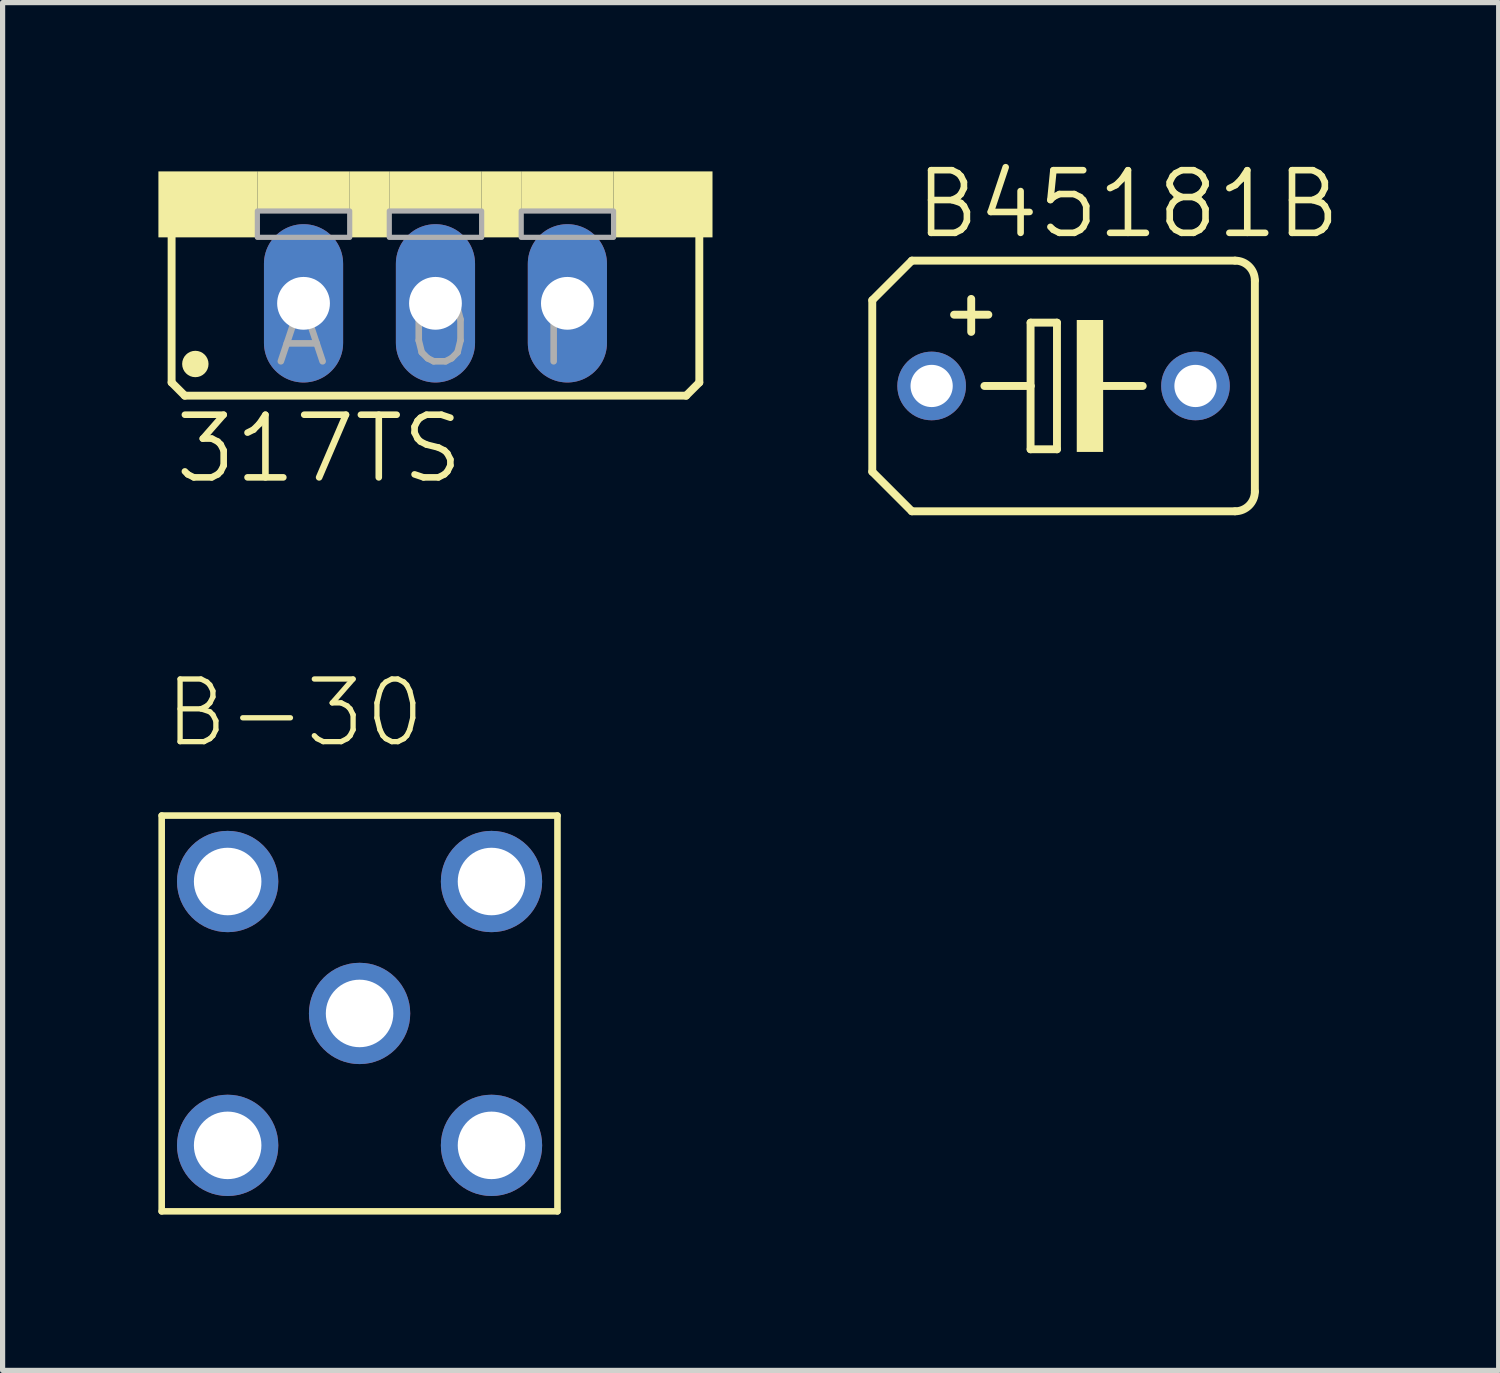
<source format=kicad_pcb>
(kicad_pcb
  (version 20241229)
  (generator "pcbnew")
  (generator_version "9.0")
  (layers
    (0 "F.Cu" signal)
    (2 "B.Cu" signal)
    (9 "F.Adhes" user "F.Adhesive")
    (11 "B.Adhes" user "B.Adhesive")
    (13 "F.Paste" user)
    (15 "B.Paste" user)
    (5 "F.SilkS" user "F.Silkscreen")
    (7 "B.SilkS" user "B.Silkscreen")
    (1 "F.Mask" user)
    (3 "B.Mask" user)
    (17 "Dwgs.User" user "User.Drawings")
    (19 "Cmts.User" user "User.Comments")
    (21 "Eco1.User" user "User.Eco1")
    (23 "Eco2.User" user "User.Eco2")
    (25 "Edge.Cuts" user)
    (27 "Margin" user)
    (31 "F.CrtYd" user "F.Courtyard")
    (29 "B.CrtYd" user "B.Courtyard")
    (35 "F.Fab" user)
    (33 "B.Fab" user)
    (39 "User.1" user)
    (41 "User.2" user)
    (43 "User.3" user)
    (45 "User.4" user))
  (footprint "317TS"
    (layer "F.Cu")
    (at 5.334 0.25)
    (property "Reference" "317TS" (at -5.08 6.045 0) (layer "F.SilkS") (effects (font (size 1.206 1.206) (thickness 0.127)) (justify left bottom)))
    (attr through_hole)
    (fp_line (start -5.08 4.064) (end -5.08 1.143) (stroke (width 0.152) (type solid)) (layer "F.SilkS"))
    (fp_line (start -5.08 4.064) (end -4.826 4.318) (stroke (width 0.152) (type solid)) (layer "F.SilkS"))
    (fp_line (start 4.826 4.318) (end -4.826 4.318) (stroke (width 0.152) (type solid)) (layer "F.SilkS"))
    (fp_line (start 4.826 4.318) (end 5.08 4.064) (stroke (width 0.152) (type solid)) (layer "F.SilkS"))
    (fp_line (start 5.08 1.143) (end 5.08 4.064) (stroke (width 0.152) (type solid)) (layer "F.SilkS"))
    (fp_circle (center -4.623 3.708) (end -4.369 3.708) (stroke (width 0) (type solid)) (fill yes) (layer "F.SilkS"))
    (fp_poly (pts (xy -5.334 1.27) (xy -3.429 1.27) (xy -3.429 0) (xy -5.334 0)) (stroke (width 0) (type solid)) (fill yes) (layer "F.SilkS"))
    (fp_poly (pts (xy -3.429 0.762) (xy -1.651 0.762) (xy -1.651 0) (xy -3.429 0)) (stroke (width 0) (type solid)) (fill yes) (layer "F.SilkS"))
    (fp_poly (pts (xy -1.651 1.27) (xy -0.889 1.27) (xy -0.889 0) (xy -1.651 0)) (stroke (width 0) (type solid)) (fill yes) (layer "F.SilkS"))
    (fp_poly (pts (xy -0.889 0.762) (xy 0.889 0.762) (xy 0.889 0) (xy -0.889 0)) (stroke (width 0) (type solid)) (fill yes) (layer "F.SilkS"))
    (fp_poly (pts (xy 0.889 1.27) (xy 1.651 1.27) (xy 1.651 0) (xy 0.889 0)) (stroke (width 0) (type solid)) (fill yes) (layer "F.SilkS"))
    (fp_poly (pts (xy 1.651 0.762) (xy 3.429 0.762) (xy 3.429 0) (xy 1.651 0)) (stroke (width 0) (type solid)) (fill yes) (layer "F.SilkS"))
    (fp_poly (pts (xy 3.429 1.27) (xy 5.334 1.27) (xy 5.334 0) (xy 3.429 0)) (stroke (width 0) (type solid)) (fill yes) (layer "F.SilkS"))
    (fp_poly (pts (xy -3.429 1.27) (xy -1.651 1.27) (xy -1.651 0.762) (xy -3.429 0.762)) (stroke (width 0.1) (type solid)) (fill no) (layer "F.Fab"))
    (fp_poly (pts (xy -0.889 1.27) (xy 0.889 1.27) (xy 0.889 0.762) (xy -0.889 0.762)) (stroke (width 0.1) (type solid)) (fill no) (layer "F.Fab"))
    (fp_poly (pts (xy 1.651 1.27) (xy 3.429 1.27) (xy 3.429 0.762) (xy 1.651 0.762)) (stroke (width 0.1) (type solid)) (fill no) (layer "F.Fab"))
    (fp_text user "O" (at -0.635 3.81 0) (layer "F.Fab") (effects (font (size 1.206 1.206) (thickness 0.127)) (justify left bottom)))
    (fp_text user "I" (at 1.905 3.81 0) (layer "F.Fab") (effects (font (size 1.206 1.206) (thickness 0.127)) (justify left bottom)))
    (fp_text user "A" (at -3.175 3.81 0) (layer "F.Fab") (effects (font (size 1.206 1.206) (thickness 0.127)) (justify left bottom)))
    (pad "1" thru_hole oval (at -2.54 2.54 90) (size 3.048 1.524) (drill 1.016) (layers "*.Cu" "*.Mask"))
    (pad "2" thru_hole oval (at 0 2.54 90) (size 3.048 1.524) (drill 1.016) (layers "*.Cu" "*.Mask"))
    (pad "3" thru_hole oval (at 2.54 2.54 90) (size 3.048 1.524) (drill 1.016) (layers "*.Cu" "*.Mask")))
  (footprint "B45181B"
    (layer "F.Cu")
    (at 17.427 4.381)
    (property "Reference" "B45181B" (at -2.921 -2.794 0) (layer "F.SilkS") (effects (font (size 1.206 1.206) (thickness 0.127)) (justify left bottom)))
    (attr through_hole)
    (fp_line (start -3.683 -1.651) (end -3.683 1.651) (stroke (width 0.152) (type solid)) (layer "F.SilkS"))
    (fp_line (start -3.683 -1.651) (end -2.921 -2.413) (stroke (width 0.152) (type solid)) (layer "F.SilkS"))
    (fp_line (start -2.921 2.413) (end -3.683 1.651) (stroke (width 0.152) (type solid)) (layer "F.SilkS"))
    (fp_line (start -2.921 2.413) (end 3.302 2.413) (stroke (width 0.152) (type solid)) (layer "F.SilkS"))
    (fp_line (start -1.778 -1.676) (end -1.778 -1.041) (stroke (width 0.152) (type solid)) (layer "F.SilkS"))
    (fp_line (start -1.524 0) (end -0.635 0) (stroke (width 0.152) (type solid)) (layer "F.SilkS"))
    (fp_line (start -1.448 -1.372) (end -2.108 -1.372) (stroke (width 0.152) (type solid)) (layer "F.SilkS"))
    (fp_line (start -0.635 -1.219) (end -0.635 0) (stroke (width 0.152) (type solid)) (layer "F.SilkS"))
    (fp_line (start -0.635 0) (end -0.635 1.219) (stroke (width 0.152) (type solid)) (layer "F.SilkS"))
    (fp_line (start -0.635 1.219) (end -0.127 1.219) (stroke (width 0.152) (type solid)) (layer "F.SilkS"))
    (fp_line (start -0.127 -1.219) (end -0.635 -1.219) (stroke (width 0.152) (type solid)) (layer "F.SilkS"))
    (fp_line (start -0.127 1.219) (end -0.127 -1.219) (stroke (width 0.152) (type solid)) (layer "F.SilkS"))
    (fp_line (start 0.635 0) (end 1.524 0) (stroke (width 0.152) (type solid)) (layer "F.SilkS"))
    (fp_line (start 3.302 -2.413) (end -2.921 -2.413) (stroke (width 0.152) (type solid)) (layer "F.SilkS"))
    (fp_line (start 3.683 -2.032) (end 3.683 2.032) (stroke (width 0.152) (type solid)) (layer "F.SilkS"))
    (fp_arc (start 3.302 -2.413) (mid 3.571408 -2.301408) (end 3.683 -2.032) (stroke (width 0.1524) (type solid)) (layer "F.SilkS"))
    (fp_arc (start 3.683 2.032) (mid 3.571408 2.301408) (end 3.302 2.413) (stroke (width 0.1524) (type solid)) (layer "F.SilkS"))
    (fp_poly (pts (xy 0.254 1.27) (xy 0.762 1.27) (xy 0.762 -1.27) (xy 0.254 -1.27)) (stroke (width 0) (type solid)) (fill yes) (layer "F.SilkS"))
    (pad "+" thru_hole circle (at -2.54 0) (size 1.321 1.321) (drill 0.813) (layers "*.Cu" "*.Mask"))
    (pad "-" thru_hole circle (at 2.54 0) (size 1.321 1.321) (drill 0.813) (layers "*.Cu" "*.Mask")))
  (footprint "B-30"
    (layer "F.Cu")
    (at 3.873 16.462)
    (property "Reference" "B-30" (at -3.81 -5.08 0) (layer "F.SilkS") (effects (font (size 1.206 1.206) (thickness 0.102)) (justify left bottom)))
    (attr through_hole)
    (fp_line (start -3.81 -3.81) (end 3.81 -3.81) (stroke (width 0.127) (type solid)) (layer "F.SilkS"))
    (fp_line (start -3.81 3.81) (end -3.81 -3.81) (stroke (width 0.127) (type solid)) (layer "F.SilkS"))
    (fp_line (start 3.81 -3.81) (end 3.81 3.81) (stroke (width 0.127) (type solid)) (layer "F.SilkS"))
    (fp_line (start 3.81 3.81) (end -3.81 3.81) (stroke (width 0.127) (type solid)) (layer "F.SilkS"))
    (pad "P$1" thru_hole circle (at 0 0) (size 1.95 1.95) (drill 1.3) (layers "*.Cu" "*.Mask"))
    (pad "P$2" thru_hole circle (at -2.54 -2.54) (size 1.95 1.95) (drill 1.3) (layers "*.Cu" "*.Mask"))
    (pad "P$3" thru_hole circle (at -2.54 2.54) (size 1.95 1.95) (drill 1.3) (layers "*.Cu" "*.Mask"))
    (pad "P$4" thru_hole circle (at 2.54 2.54) (size 1.95 1.95) (drill 1.3) (layers "*.Cu" "*.Mask"))
    (pad "P$5" thru_hole circle (at 2.54 -2.54) (size 1.95 1.95) (drill 1.3) (layers "*.Cu" "*.Mask")))
  (gr_rect
    (start -3 -3)
    (end 25.804 23.335)
    (stroke (width 0.1) (type default))
    (fill no)
    (layer "Edge.Cuts")))
</source>
